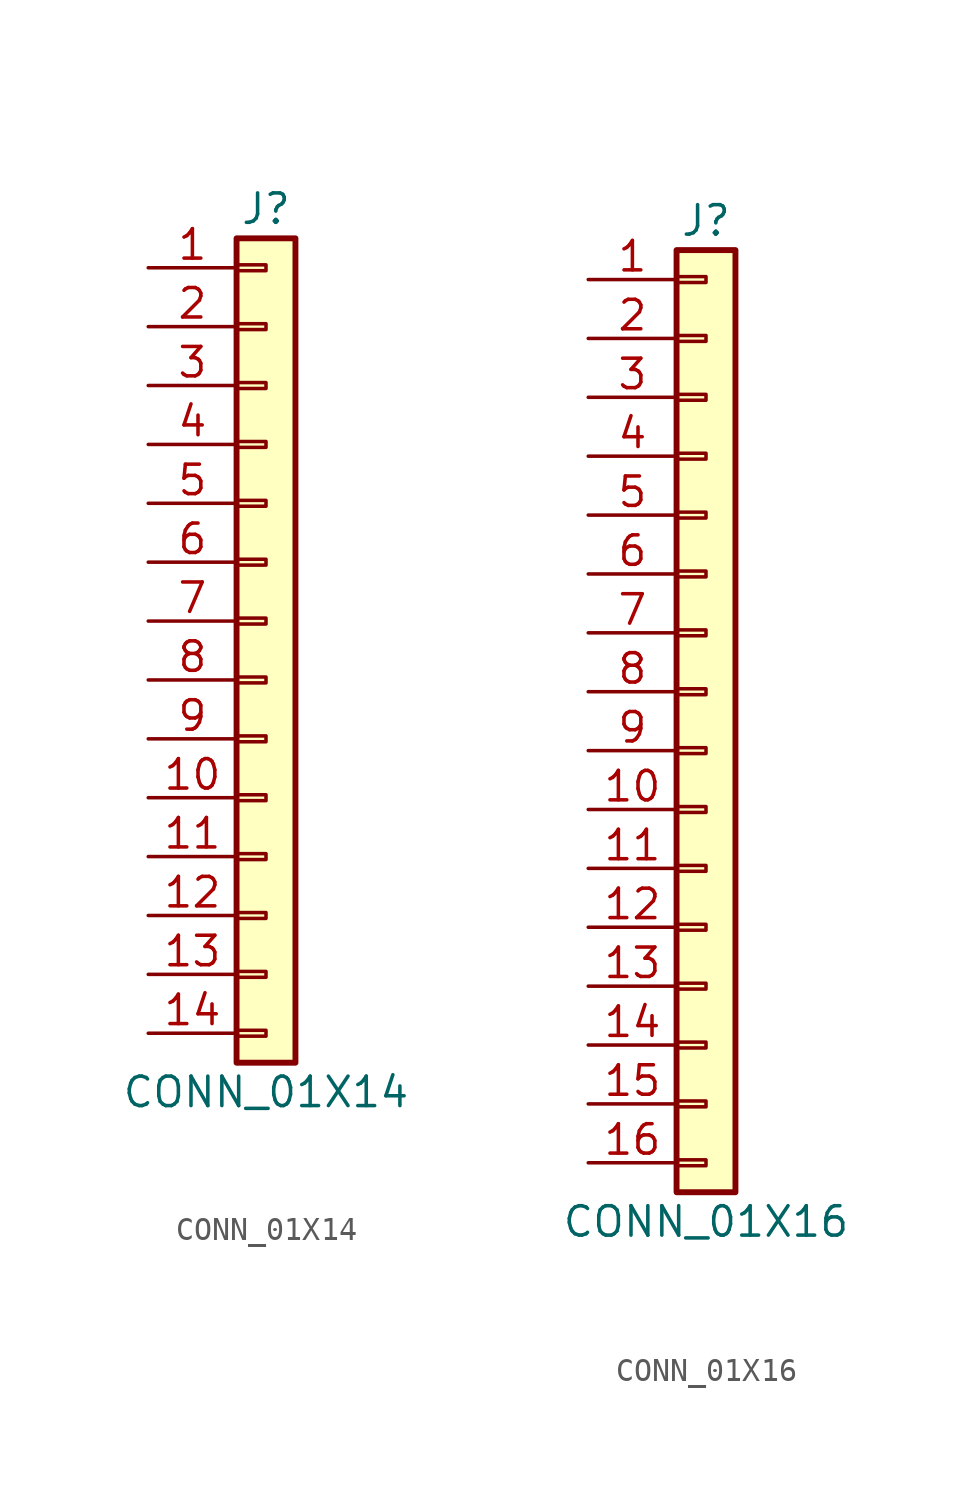
<source format=kicad_sym>
(kicad_symbol_lib
  (version 20211014)
  (generator kicad_symbol_editor)
  (symbol "CONN_01X14"
    (pin_names
      (offset 1.016) hide)
    (property "Reference" "J"
      (at 0 17.78 0)
      (effects (font (size 1.27 1.27))))
    (property "Value" "CONN_01X14"
      (at 0 -20.32 0)
      (effects (font (size 1.27 1.27))))
    (symbol "CONN_01X14_1_1"
      (rectangle (start -1.27 -17.653) (end 0 -17.907) (stroke (width 0.152) (type default) (color 0 0 0 0)) (fill (type none)))
      (rectangle (start -1.27 -15.113) (end 0 -15.367) (stroke (width 0.152) (type default) (color 0 0 0 0)) (fill (type none)))
      (rectangle (start -1.27 -12.573) (end 0 -12.827) (stroke (width 0.152) (type default) (color 0 0 0 0)) (fill (type none)))
      (rectangle (start -1.27 -10.033) (end 0 -10.287) (stroke (width 0.152) (type default) (color 0 0 0 0)) (fill (type none)))
      (rectangle (start -1.27 -7.493) (end 0 -7.747) (stroke (width 0.152) (type default) (color 0 0 0 0)) (fill (type none)))
      (rectangle (start -1.27 -4.953) (end 0 -5.207) (stroke (width 0.152) (type default) (color 0 0 0 0)) (fill (type none)))
      (rectangle (start -1.27 -2.413) (end 0 -2.667) (stroke (width 0.152) (type default) (color 0 0 0 0)) (fill (type none)))
      (rectangle (start -1.27 0.127) (end 0 -0.127) (stroke (width 0.152) (type default) (color 0 0 0 0)) (fill (type none)))
      (rectangle (start -1.27 2.667) (end 0 2.413) (stroke (width 0.152) (type default) (color 0 0 0 0)) (fill (type none)))
      (rectangle (start -1.27 5.207) (end 0 4.953) (stroke (width 0.152) (type default) (color 0 0 0 0)) (fill (type none)))
      (rectangle (start -1.27 7.747) (end 0 7.493) (stroke (width 0.152) (type default) (color 0 0 0 0)) (fill (type none)))
      (rectangle (start -1.27 10.287) (end 0 10.033) (stroke (width 0.152) (type default) (color 0 0 0 0)) (fill (type none)))
      (rectangle (start -1.27 12.827) (end 0 12.573) (stroke (width 0.152) (type default) (color 0 0 0 0)) (fill (type none)))
      (rectangle (start -1.27 15.367) (end 0 15.113) (stroke (width 0.152) (type default) (color 0 0 0 0)) (fill (type none)))
      (rectangle (start -1.27 16.51) (end 1.27 -19.05) (stroke (width 0.254) (type default) (color 0 0 0 0)) (fill (type background)))
      (pin passive line (at -5.08 15.24 0) (length 3.81) (name "Pin_1" (effects (font (size 1.27 1.27)))) (number "1" (effects (font (size 1.27 1.27)))))
      (pin passive line (at -5.08 -7.62 0) (length 3.81) (name "Pin_10" (effects (font (size 1.27 1.27)))) (number "10" (effects (font (size 1.27 1.27)))))
      (pin passive line (at -5.08 -10.16 0) (length 3.81) (name "Pin_11" (effects (font (size 1.27 1.27)))) (number "11" (effects (font (size 1.27 1.27)))))
      (pin passive line (at -5.08 -12.7 0) (length 3.81) (name "Pin_12" (effects (font (size 1.27 1.27)))) (number "12" (effects (font (size 1.27 1.27)))))
      (pin passive line (at -5.08 -15.24 0) (length 3.81) (name "Pin_13" (effects (font (size 1.27 1.27)))) (number "13" (effects (font (size 1.27 1.27)))))
      (pin passive line (at -5.08 -17.78 0) (length 3.81) (name "Pin_14" (effects (font (size 1.27 1.27)))) (number "14" (effects (font (size 1.27 1.27)))))
      (pin passive line (at -5.08 12.7 0) (length 3.81) (name "Pin_2" (effects (font (size 1.27 1.27)))) (number "2" (effects (font (size 1.27 1.27)))))
      (pin passive line (at -5.08 10.16 0) (length 3.81) (name "Pin_3" (effects (font (size 1.27 1.27)))) (number "3" (effects (font (size 1.27 1.27)))))
      (pin passive line (at -5.08 7.62 0) (length 3.81) (name "Pin_4" (effects (font (size 1.27 1.27)))) (number "4" (effects (font (size 1.27 1.27)))))
      (pin passive line (at -5.08 5.08 0) (length 3.81) (name "Pin_5" (effects (font (size 1.27 1.27)))) (number "5" (effects (font (size 1.27 1.27)))))
      (pin passive line (at -5.08 2.54 0) (length 3.81) (name "Pin_6" (effects (font (size 1.27 1.27)))) (number "6" (effects (font (size 1.27 1.27)))))
      (pin passive line (at -5.08 0 0) (length 3.81) (name "Pin_7" (effects (font (size 1.27 1.27)))) (number "7" (effects (font (size 1.27 1.27)))))
      (pin passive line (at -5.08 -2.54 0) (length 3.81) (name "Pin_8" (effects (font (size 1.27 1.27)))) (number "8" (effects (font (size 1.27 1.27)))))
      (pin passive line (at -5.08 -5.08 0) (length 3.81) (name "Pin_9" (effects (font (size 1.27 1.27)))) (number "9" (effects (font (size 1.27 1.27)))))))
  (symbol "CONN_01X16"
    (pin_names
      (offset 1.016) hide)
    (property "Reference" "J"
      (at 0 20.32 0)
      (effects (font (size 1.27 1.27))))
    (property "Value" "CONN_01X16"
      (at 0 -22.86 0)
      (effects (font (size 1.27 1.27))))
    (symbol "CONN_01X16_1_1"
      (rectangle (start -1.27 -20.193) (end 0 -20.447) (stroke (width 0.152) (type default) (color 0 0 0 0)) (fill (type none)))
      (rectangle (start -1.27 -17.653) (end 0 -17.907) (stroke (width 0.152) (type default) (color 0 0 0 0)) (fill (type none)))
      (rectangle (start -1.27 -15.113) (end 0 -15.367) (stroke (width 0.152) (type default) (color 0 0 0 0)) (fill (type none)))
      (rectangle (start -1.27 -12.573) (end 0 -12.827) (stroke (width 0.152) (type default) (color 0 0 0 0)) (fill (type none)))
      (rectangle (start -1.27 -10.033) (end 0 -10.287) (stroke (width 0.152) (type default) (color 0 0 0 0)) (fill (type none)))
      (rectangle (start -1.27 -7.493) (end 0 -7.747) (stroke (width 0.152) (type default) (color 0 0 0 0)) (fill (type none)))
      (rectangle (start -1.27 -4.953) (end 0 -5.207) (stroke (width 0.152) (type default) (color 0 0 0 0)) (fill (type none)))
      (rectangle (start -1.27 -2.413) (end 0 -2.667) (stroke (width 0.152) (type default) (color 0 0 0 0)) (fill (type none)))
      (rectangle (start -1.27 0.127) (end 0 -0.127) (stroke (width 0.152) (type default) (color 0 0 0 0)) (fill (type none)))
      (rectangle (start -1.27 2.667) (end 0 2.413) (stroke (width 0.152) (type default) (color 0 0 0 0)) (fill (type none)))
      (rectangle (start -1.27 5.207) (end 0 4.953) (stroke (width 0.152) (type default) (color 0 0 0 0)) (fill (type none)))
      (rectangle (start -1.27 7.747) (end 0 7.493) (stroke (width 0.152) (type default) (color 0 0 0 0)) (fill (type none)))
      (rectangle (start -1.27 10.287) (end 0 10.033) (stroke (width 0.152) (type default) (color 0 0 0 0)) (fill (type none)))
      (rectangle (start -1.27 12.827) (end 0 12.573) (stroke (width 0.152) (type default) (color 0 0 0 0)) (fill (type none)))
      (rectangle (start -1.27 15.367) (end 0 15.113) (stroke (width 0.152) (type default) (color 0 0 0 0)) (fill (type none)))
      (rectangle (start -1.27 17.907) (end 0 17.653) (stroke (width 0.152) (type default) (color 0 0 0 0)) (fill (type none)))
      (rectangle (start -1.27 19.05) (end 1.27 -21.59) (stroke (width 0.254) (type default) (color 0 0 0 0)) (fill (type background)))
      (pin passive line (at -5.08 17.78 0) (length 3.81) (name "Pin_1" (effects (font (size 1.27 1.27)))) (number "1" (effects (font (size 1.27 1.27)))))
      (pin passive line (at -5.08 -5.08 0) (length 3.81) (name "Pin_10" (effects (font (size 1.27 1.27)))) (number "10" (effects (font (size 1.27 1.27)))))
      (pin passive line (at -5.08 -7.62 0) (length 3.81) (name "Pin_11" (effects (font (size 1.27 1.27)))) (number "11" (effects (font (size 1.27 1.27)))))
      (pin passive line (at -5.08 -10.16 0) (length 3.81) (name "Pin_12" (effects (font (size 1.27 1.27)))) (number "12" (effects (font (size 1.27 1.27)))))
      (pin passive line (at -5.08 -12.7 0) (length 3.81) (name "Pin_13" (effects (font (size 1.27 1.27)))) (number "13" (effects (font (size 1.27 1.27)))))
      (pin passive line (at -5.08 -15.24 0) (length 3.81) (name "Pin_14" (effects (font (size 1.27 1.27)))) (number "14" (effects (font (size 1.27 1.27)))))
      (pin passive line (at -5.08 -17.78 0) (length 3.81) (name "Pin_15" (effects (font (size 1.27 1.27)))) (number "15" (effects (font (size 1.27 1.27)))))
      (pin passive line (at -5.08 -20.32 0) (length 3.81) (name "Pin_16" (effects (font (size 1.27 1.27)))) (number "16" (effects (font (size 1.27 1.27)))))
      (pin passive line (at -5.08 15.24 0) (length 3.81) (name "Pin_2" (effects (font (size 1.27 1.27)))) (number "2" (effects (font (size 1.27 1.27)))))
      (pin passive line (at -5.08 12.7 0) (length 3.81) (name "Pin_3" (effects (font (size 1.27 1.27)))) (number "3" (effects (font (size 1.27 1.27)))))
      (pin passive line (at -5.08 10.16 0) (length 3.81) (name "Pin_4" (effects (font (size 1.27 1.27)))) (number "4" (effects (font (size 1.27 1.27)))))
      (pin passive line (at -5.08 7.62 0) (length 3.81) (name "Pin_5" (effects (font (size 1.27 1.27)))) (number "5" (effects (font (size 1.27 1.27)))))
      (pin passive line (at -5.08 5.08 0) (length 3.81) (name "Pin_6" (effects (font (size 1.27 1.27)))) (number "6" (effects (font (size 1.27 1.27)))))
      (pin passive line (at -5.08 2.54 0) (length 3.81) (name "Pin_7" (effects (font (size 1.27 1.27)))) (number "7" (effects (font (size 1.27 1.27)))))
      (pin passive line (at -5.08 0 0) (length 3.81) (name "Pin_8" (effects (font (size 1.27 1.27)))) (number "8" (effects (font (size 1.27 1.27)))))
      (pin passive line (at -5.08 -2.54 0) (length 3.81) (name "Pin_9" (effects (font (size 1.27 1.27)))) (number "9" (effects (font (size 1.27 1.27))))))))
</source>
